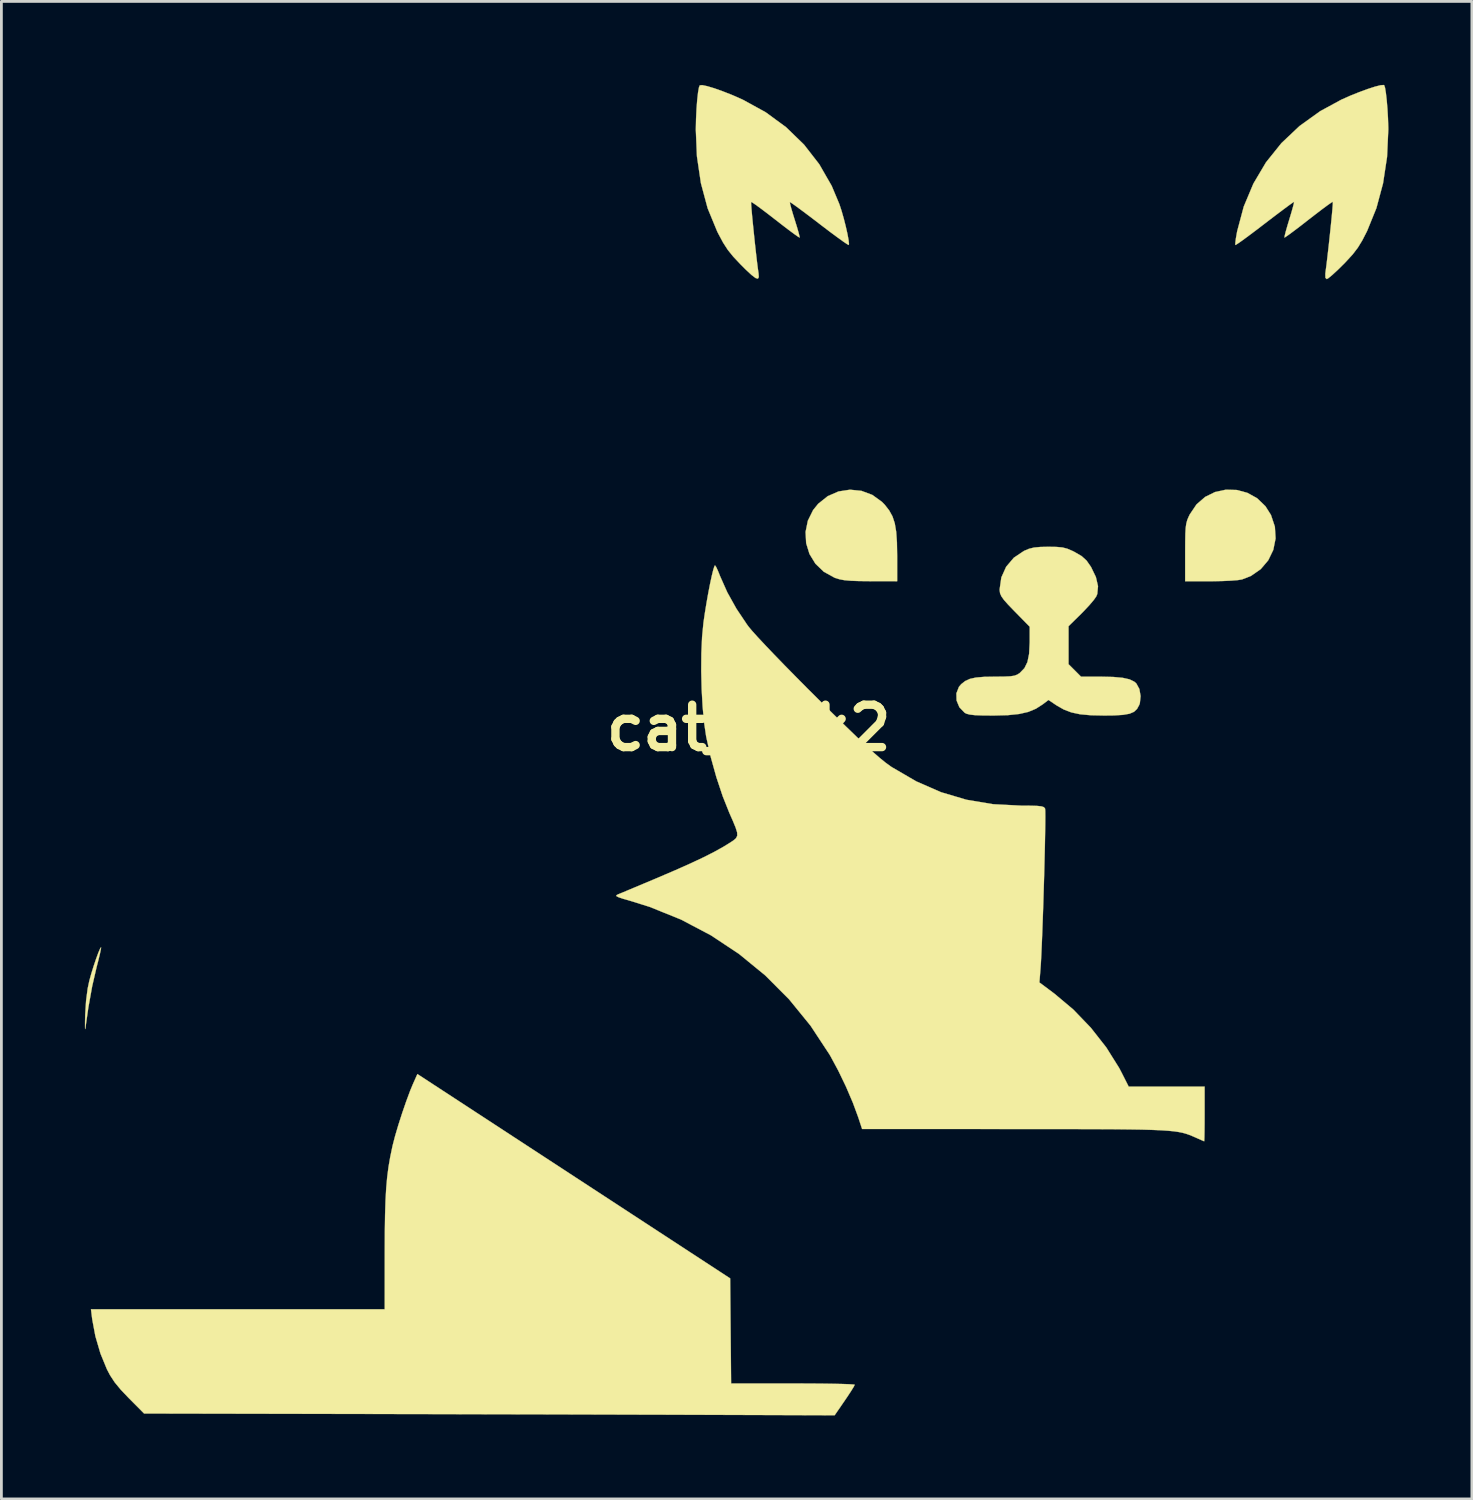
<source format=kicad_pcb>
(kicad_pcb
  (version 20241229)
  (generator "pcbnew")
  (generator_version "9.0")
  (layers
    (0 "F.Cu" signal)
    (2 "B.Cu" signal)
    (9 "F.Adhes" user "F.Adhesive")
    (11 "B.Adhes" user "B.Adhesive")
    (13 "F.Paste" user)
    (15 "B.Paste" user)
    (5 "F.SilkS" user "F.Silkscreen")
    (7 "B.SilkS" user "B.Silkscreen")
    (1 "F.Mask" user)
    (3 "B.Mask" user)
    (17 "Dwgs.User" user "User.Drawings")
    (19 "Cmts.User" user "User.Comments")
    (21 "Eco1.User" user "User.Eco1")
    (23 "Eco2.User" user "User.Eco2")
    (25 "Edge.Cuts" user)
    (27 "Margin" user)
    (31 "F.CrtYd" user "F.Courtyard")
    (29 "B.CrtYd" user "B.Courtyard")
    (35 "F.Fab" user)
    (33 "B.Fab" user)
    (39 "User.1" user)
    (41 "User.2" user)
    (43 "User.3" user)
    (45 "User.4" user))
  (footprint "cat_silk2"
    (layer "F.Cu")
    (at 23.856 23.108)
    (property "Reference" "cat_silk2" (at 0 0 0) (layer "F.SilkS") (effects (font (size 1.524 1.524) (thickness 0.3))))
    (attr through_hole)
    (fp_poly (pts (xy -23.273 7.885) (xy -23.28 7.951) (xy -23.315 8.114) (xy -23.371 8.349) (xy -23.436 8.6) (xy -23.593 9.28) (xy -23.732 10.054) (xy -23.838 10.795) (xy -23.847 10.824) (xy -23.851 10.742) (xy -23.85 10.565) (xy -23.844 10.308) (xy -23.843 10.287) (xy -23.813 9.807) (xy -23.756 9.368) (xy -23.695 9.081) (xy -23.623 8.823) (xy -23.539 8.554) (xy -23.453 8.3) (xy -23.375 8.086) (xy -23.312 7.939) (xy -23.275 7.884) (xy -23.273 7.885)) (stroke (width 0.01) (type solid)) (fill yes) (layer "F.SilkS"))
    (fp_poly (pts (xy 4.051 -8.519) (xy 4.442 -8.373) (xy 4.789 -8.122) (xy 4.888 -8.02) (xy 5.048 -7.815) (xy 5.166 -7.601) (xy 5.248 -7.354) (xy 5.299 -7.051) (xy 5.326 -6.668) (xy 5.334 -6.182) (xy 5.334 -6.18) (xy 5.334 -5.271) (xy 4.366 -5.273) (xy 3.965 -5.277) (xy 3.666 -5.288) (xy 3.442 -5.308) (xy 3.268 -5.34) (xy 3.117 -5.386) (xy 3.085 -5.398) (xy 2.698 -5.611) (xy 2.396 -5.902) (xy 2.183 -6.251) (xy 2.064 -6.638) (xy 2.043 -7.043) (xy 2.125 -7.446) (xy 2.313 -7.827) (xy 2.496 -8.054) (xy 2.839 -8.328) (xy 3.227 -8.497) (xy 3.639 -8.56) (xy 4.051 -8.519)) (stroke (width 0.01) (type solid)) (fill yes) (layer "F.SilkS"))
    (fp_poly (pts (xy 17.537 -8.55) (xy 17.918 -8.448) (xy 18.269 -8.254) (xy 18.568 -7.967) (xy 18.767 -7.653) (xy 18.908 -7.231) (xy 18.933 -6.807) (xy 18.851 -6.398) (xy 18.67 -6.024) (xy 18.4 -5.706) (xy 18.048 -5.461) (xy 17.728 -5.336) (xy 17.579 -5.312) (xy 17.334 -5.292) (xy 17.024 -5.278) (xy 16.68 -5.271) (xy 16.589 -5.271) (xy 15.684 -5.271) (xy 15.684 -6.306) (xy 15.686 -6.695) (xy 15.691 -6.981) (xy 15.703 -7.19) (xy 15.725 -7.344) (xy 15.759 -7.47) (xy 15.81 -7.591) (xy 15.848 -7.67) (xy 16.092 -8.032) (xy 16.402 -8.301) (xy 16.759 -8.477) (xy 17.144 -8.56) (xy 17.537 -8.55)) (stroke (width 0.01) (type solid)) (fill yes) (layer "F.SilkS"))
    (fp_poly (pts (xy -0.667 19.782) (xy -0.65 21.67) (xy -0.633 23.558) (xy 1.588 23.558) (xy 2.105 23.56) (xy 2.58 23.563) (xy 2.997 23.569) (xy 3.343 23.576) (xy 3.603 23.585) (xy 3.763 23.595) (xy 3.81 23.604) (xy 3.776 23.673) (xy 3.685 23.821) (xy 3.552 24.024) (xy 3.449 24.176) (xy 3.088 24.701) (xy -1.361 24.686) (xy -2.025 24.684) (xy -2.802 24.681) (xy -3.677 24.679) (xy -4.635 24.676) (xy -5.663 24.673) (xy -6.745 24.67) (xy -7.868 24.667) (xy -9.017 24.665) (xy -10.177 24.662) (xy -11.334 24.659) (xy -12.474 24.657) (xy -13.582 24.654) (xy -13.769 24.654) (xy -21.728 24.638) (xy -22.28 24.082) (xy -22.569 23.778) (xy -22.784 23.517) (xy -22.95 23.264) (xy -23.064 23.047) (xy -23.296 22.482) (xy -23.478 21.861) (xy -23.592 21.252) (xy -23.592 21.251) (xy -23.637 20.892) (xy -13.081 20.892) (xy -13.08 18.812) (xy -13.077 18.1) (xy -13.068 17.496) (xy -13.052 16.981) (xy -13.027 16.536) (xy -12.992 16.142) (xy -12.945 15.779) (xy -12.885 15.429) (xy -12.811 15.073) (xy -12.796 15.004) (xy -12.71 14.672) (xy -12.591 14.269) (xy -12.452 13.837) (xy -12.306 13.414) (xy -12.168 13.042) (xy -12.071 12.808) (xy -11.906 12.439) (xy -0.667 19.782)) (stroke (width 0.01) (type solid)) (fill yes) (layer "F.SilkS"))
    (fp_poly (pts (xy -1.491 -23.061) (xy -1.239 -22.986) (xy -0.938 -22.879) (xy -0.609 -22.75) (xy -0.276 -22.604) (xy -0.214 -22.576) (xy 0.609 -22.124) (xy 1.345 -21.584) (xy 1.988 -20.96) (xy 2.535 -20.256) (xy 2.982 -19.478) (xy 3.258 -18.82) (xy 3.337 -18.579) (xy 3.416 -18.302) (xy 3.488 -18.017) (xy 3.548 -17.751) (xy 3.588 -17.534) (xy 3.603 -17.392) (xy 3.595 -17.354) (xy 3.539 -17.382) (xy 3.398 -17.477) (xy 3.187 -17.629) (xy 2.922 -17.825) (xy 2.618 -18.056) (xy 2.532 -18.122) (xy 2.221 -18.36) (xy 1.945 -18.567) (xy 1.72 -18.733) (xy 1.56 -18.847) (xy 1.482 -18.896) (xy 1.477 -18.897) (xy 1.486 -18.832) (xy 1.528 -18.672) (xy 1.595 -18.445) (xy 1.653 -18.259) (xy 1.734 -17.999) (xy 1.794 -17.789) (xy 1.827 -17.655) (xy 1.83 -17.62) (xy 1.775 -17.65) (xy 1.638 -17.746) (xy 1.434 -17.897) (xy 1.182 -18.09) (xy 0.959 -18.263) (xy 0.679 -18.48) (xy 0.435 -18.664) (xy 0.244 -18.804) (xy 0.122 -18.886) (xy 0.086 -18.903) (xy 0.086 -18.837) (xy 0.098 -18.667) (xy 0.12 -18.417) (xy 0.15 -18.11) (xy 0.185 -17.767) (xy 0.222 -17.413) (xy 0.26 -17.07) (xy 0.296 -16.76) (xy 0.328 -16.507) (xy 0.353 -16.335) (xy 0.362 -16.201) (xy 0.33 -16.144) (xy 0.246 -16.167) (xy 0.102 -16.276) (xy -0.111 -16.474) (xy -0.29 -16.653) (xy -0.552 -16.931) (xy -0.752 -17.178) (xy -0.921 -17.44) (xy -1.095 -17.765) (xy -1.134 -17.843) (xy -1.476 -18.673) (xy -1.718 -19.575) (xy -1.861 -20.54) (xy -1.901 -21.495) (xy -1.893 -21.874) (xy -1.876 -22.24) (xy -1.851 -22.568) (xy -1.821 -22.835) (xy -1.788 -23.019) (xy -1.759 -23.091) (xy -1.671 -23.099) (xy -1.491 -23.061)) (stroke (width 0.01) (type solid)) (fill yes) (layer "F.SilkS"))
    (fp_poly (pts (xy 22.835 -23.097) (xy 22.866 -23.008) (xy 22.897 -22.819) (xy 22.927 -22.556) (xy 22.953 -22.246) (xy 22.972 -21.914) (xy 22.983 -21.588) (xy 22.984 -21.508) (xy 22.939 -20.518) (xy 22.795 -19.57) (xy 22.556 -18.679) (xy 22.224 -17.862) (xy 22.22 -17.853) (xy 22.049 -17.52) (xy 21.889 -17.258) (xy 21.707 -17.02) (xy 21.47 -16.761) (xy 21.373 -16.661) (xy 21.161 -16.452) (xy 20.976 -16.282) (xy 20.838 -16.168) (xy 20.771 -16.129) (xy 20.724 -16.175) (xy 20.721 -16.322) (xy 20.73 -16.399) (xy 20.764 -16.655) (xy 20.801 -16.969) (xy 20.841 -17.318) (xy 20.88 -17.68) (xy 20.917 -18.033) (xy 20.949 -18.354) (xy 20.974 -18.621) (xy 20.989 -18.811) (xy 20.992 -18.903) (xy 20.991 -18.908) (xy 20.936 -18.878) (xy 20.799 -18.782) (xy 20.595 -18.631) (xy 20.343 -18.438) (xy 20.12 -18.266) (xy 19.841 -18.048) (xy 19.597 -17.863) (xy 19.407 -17.722) (xy 19.287 -17.639) (xy 19.252 -17.621) (xy 19.261 -17.686) (xy 19.301 -17.846) (xy 19.366 -18.074) (xy 19.424 -18.264) (xy 19.502 -18.524) (xy 19.561 -18.734) (xy 19.595 -18.869) (xy 19.598 -18.904) (xy 19.545 -18.873) (xy 19.406 -18.774) (xy 19.198 -18.62) (xy 18.935 -18.422) (xy 18.632 -18.191) (xy 18.546 -18.125) (xy 18.235 -17.887) (xy 17.959 -17.68) (xy 17.733 -17.514) (xy 17.572 -17.402) (xy 17.492 -17.354) (xy 17.487 -17.354) (xy 17.486 -17.424) (xy 17.506 -17.586) (xy 17.545 -17.807) (xy 17.553 -17.85) (xy 17.789 -18.734) (xy 18.136 -19.56) (xy 18.588 -20.323) (xy 19.143 -21.015) (xy 19.794 -21.63) (xy 20.536 -22.163) (xy 21.296 -22.576) (xy 21.615 -22.718) (xy 21.939 -22.848) (xy 22.244 -22.96) (xy 22.508 -23.045) (xy 22.708 -23.095) (xy 22.821 -23.103) (xy 22.835 -23.097)) (stroke (width 0.01) (type solid)) (fill yes) (layer "F.SilkS"))
    (fp_poly (pts (xy 11.06 -6.504) (xy 11.271 -6.485) (xy 11.444 -6.441) (xy 11.625 -6.364) (xy 11.72 -6.316) (xy 11.966 -6.172) (xy 12.141 -6.013) (xy 12.295 -5.793) (xy 12.301 -5.784) (xy 12.476 -5.421) (xy 12.552 -5.092) (xy 12.526 -4.813) (xy 12.488 -4.723) (xy 12.401 -4.599) (xy 12.248 -4.418) (xy 12.054 -4.21) (xy 11.943 -4.097) (xy 11.493 -3.655) (xy 11.493 -2.29) (xy 11.718 -2.066) (xy 11.942 -1.841) (xy 12.654 -1.841) (xy 13.101 -1.831) (xy 13.438 -1.8) (xy 13.684 -1.745) (xy 13.855 -1.662) (xy 13.931 -1.595) (xy 14.038 -1.398) (xy 14.082 -1.144) (xy 14.056 -0.891) (xy 14.033 -0.824) (xy 13.955 -0.682) (xy 13.846 -0.579) (xy 13.685 -0.51) (xy 13.452 -0.469) (xy 13.129 -0.449) (xy 12.778 -0.445) (xy 12.295 -0.455) (xy 11.91 -0.49) (xy 11.595 -0.557) (xy 11.324 -0.66) (xy 11.068 -0.806) (xy 11.048 -0.819) (xy 10.772 -1.005) (xy 10.568 -0.849) (xy 10.321 -0.69) (xy 10.045 -0.575) (xy 9.716 -0.5) (xy 9.31 -0.458) (xy 8.804 -0.445) (xy 8.779 -0.445) (xy 8.402 -0.448) (xy 8.131 -0.458) (xy 7.945 -0.479) (xy 7.823 -0.511) (xy 7.761 -0.544) (xy 7.57 -0.742) (xy 7.469 -0.986) (xy 7.463 -1.243) (xy 7.555 -1.477) (xy 7.637 -1.573) (xy 7.78 -1.685) (xy 7.949 -1.762) (xy 8.167 -1.81) (xy 8.461 -1.835) (xy 8.854 -1.841) (xy 9.174 -1.844) (xy 9.395 -1.854) (xy 9.544 -1.876) (xy 9.65 -1.915) (xy 9.74 -1.974) (xy 9.746 -1.979) (xy 9.909 -2.148) (xy 10.016 -2.368) (xy 10.076 -2.661) (xy 10.096 -3.053) (xy 10.097 -3.086) (xy 10.097 -3.636) (xy 9.557 -4.187) (xy 9.326 -4.426) (xy 9.172 -4.599) (xy 9.08 -4.728) (xy 9.033 -4.835) (xy 9.018 -4.941) (xy 9.017 -4.982) (xy 9.078 -5.407) (xy 9.251 -5.791) (xy 9.526 -6.115) (xy 9.889 -6.359) (xy 9.89 -6.36) (xy 10.07 -6.436) (xy 10.255 -6.482) (xy 10.487 -6.503) (xy 10.768 -6.508) (xy 11.06 -6.504)) (stroke (width 0.01) (type solid)) (fill yes) (layer "F.SilkS"))
    (fp_poly (pts (xy -1.172 -5.786) (xy -1.105 -5.643) (xy -1.025 -5.444) (xy -0.771 -4.874) (xy -0.44 -4.28) (xy -0.058 -3.71) (xy 0.003 -3.628) (xy 0.125 -3.483) (xy 0.326 -3.26) (xy 0.595 -2.972) (xy 0.922 -2.629) (xy 1.296 -2.243) (xy 1.705 -1.827) (xy 2.138 -1.39) (xy 2.487 -1.043) (xy 3.03 -0.506) (xy 3.494 -0.052) (xy 3.886 0.327) (xy 4.216 0.639) (xy 4.493 0.891) (xy 4.724 1.092) (xy 4.919 1.25) (xy 5.086 1.372) (xy 5.144 1.411) (xy 6.02 1.921) (xy 6.909 2.31) (xy 7.826 2.582) (xy 8.786 2.742) (xy 9.797 2.794) (xy 10.136 2.796) (xy 10.369 2.803) (xy 10.518 2.819) (xy 10.602 2.846) (xy 10.643 2.887) (xy 10.65 2.903) (xy 10.656 2.986) (xy 10.658 3.181) (xy 10.656 3.471) (xy 10.65 3.841) (xy 10.642 4.275) (xy 10.63 4.757) (xy 10.617 5.272) (xy 10.601 5.804) (xy 10.585 6.338) (xy 10.567 6.857) (xy 10.549 7.345) (xy 10.531 7.789) (xy 10.514 8.17) (xy 10.498 8.474) (xy 10.485 8.653) (xy 10.446 9.147) (xy 10.985 9.55) (xy 11.665 10.121) (xy 12.295 10.776) (xy 12.852 11.486) (xy 13.313 12.222) (xy 13.405 12.398) (xy 13.654 12.89) (xy 16.383 12.89) (xy 16.383 13.875) (xy 16.382 14.212) (xy 16.379 14.498) (xy 16.375 14.713) (xy 16.37 14.835) (xy 16.367 14.855) (xy 16.305 14.829) (xy 16.165 14.767) (xy 16.066 14.723) (xy 15.947 14.671) (xy 15.834 14.625) (xy 15.719 14.585) (xy 15.593 14.55) (xy 15.448 14.521) (xy 15.275 14.496) (xy 15.066 14.476) (xy 14.811 14.459) (xy 14.503 14.446) (xy 14.132 14.435) (xy 13.691 14.428) (xy 13.171 14.422) (xy 12.562 14.419) (xy 11.857 14.417) (xy 11.048 14.415) (xy 10.124 14.415) (xy 9.546 14.415) (xy 4.074 14.413) (xy 3.933 13.985) (xy 3.741 13.465) (xy 3.496 12.893) (xy 3.22 12.319) (xy 2.936 11.792) (xy 2.898 11.728) (xy 2.221 10.7) (xy 1.449 9.752) (xy 0.591 8.892) (xy -0.347 8.124) (xy -1.357 7.454) (xy -2.431 6.888) (xy -3.562 6.431) (xy -4.216 6.226) (xy -4.498 6.145) (xy -4.672 6.087) (xy -4.753 6.046) (xy -4.757 6.014) (xy -4.699 5.983) (xy -4.699 5.983) (xy -4.594 5.94) (xy -4.392 5.856) (xy -4.114 5.739) (xy -3.778 5.598) (xy -3.406 5.442) (xy -3.302 5.398) (xy -2.642 5.115) (xy -2.087 4.868) (xy -1.622 4.649) (xy -1.234 4.452) (xy -0.906 4.269) (xy -0.708 4.147) (xy -0.558 4.05) (xy -0.459 3.967) (xy -0.412 3.876) (xy -0.416 3.755) (xy -0.471 3.58) (xy -0.575 3.328) (xy -0.693 3.062) (xy -0.935 2.455) (xy -1.163 1.77) (xy -1.363 1.053) (xy -1.52 0.354) (xy -1.531 0.299) (xy -1.603 -0.185) (xy -1.656 -0.759) (xy -1.691 -1.39) (xy -1.707 -2.041) (xy -1.702 -2.68) (xy -1.676 -3.27) (xy -1.627 -3.776) (xy -1.627 -3.778) (xy -1.577 -4.123) (xy -1.518 -4.486) (xy -1.454 -4.846) (xy -1.389 -5.18) (xy -1.327 -5.467) (xy -1.273 -5.686) (xy -1.231 -5.815) (xy -1.212 -5.841) (xy -1.172 -5.786)) (stroke (width 0.01) (type solid)) (fill yes) (layer "F.SilkS")))
  (gr_rect
    (start -3 -3)
    (end 49.844 50.815)
    (stroke (width 0.1) (type default))
    (fill no)
    (layer "Edge.Cuts")))
</source>
